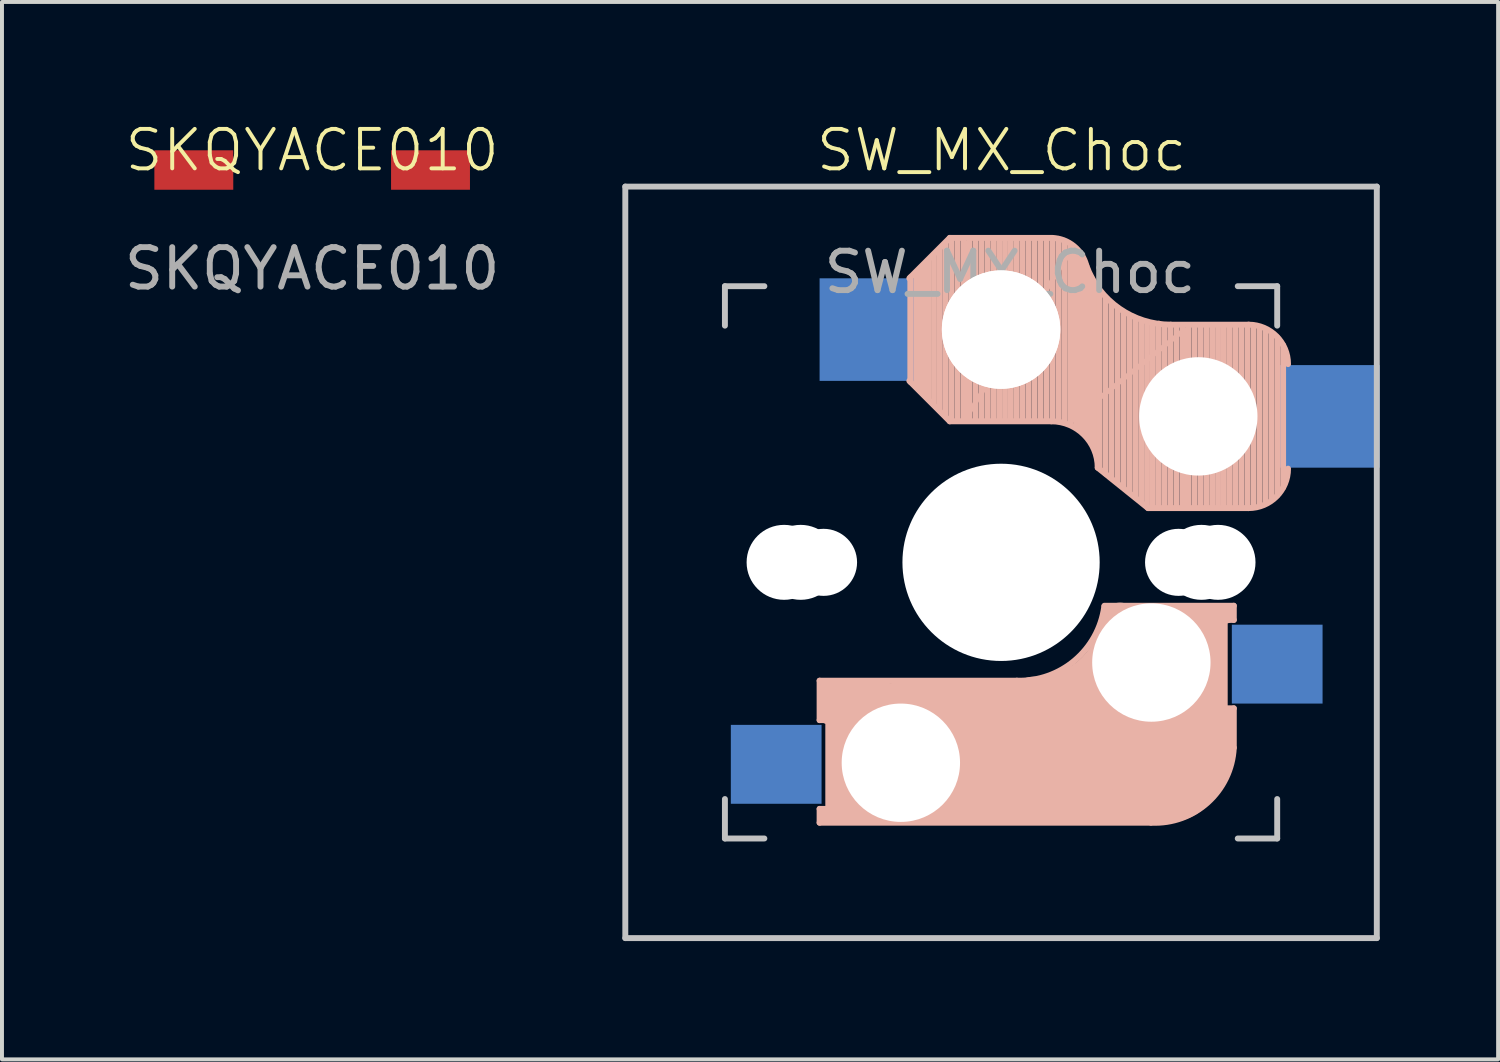
<source format=kicad_pcb>
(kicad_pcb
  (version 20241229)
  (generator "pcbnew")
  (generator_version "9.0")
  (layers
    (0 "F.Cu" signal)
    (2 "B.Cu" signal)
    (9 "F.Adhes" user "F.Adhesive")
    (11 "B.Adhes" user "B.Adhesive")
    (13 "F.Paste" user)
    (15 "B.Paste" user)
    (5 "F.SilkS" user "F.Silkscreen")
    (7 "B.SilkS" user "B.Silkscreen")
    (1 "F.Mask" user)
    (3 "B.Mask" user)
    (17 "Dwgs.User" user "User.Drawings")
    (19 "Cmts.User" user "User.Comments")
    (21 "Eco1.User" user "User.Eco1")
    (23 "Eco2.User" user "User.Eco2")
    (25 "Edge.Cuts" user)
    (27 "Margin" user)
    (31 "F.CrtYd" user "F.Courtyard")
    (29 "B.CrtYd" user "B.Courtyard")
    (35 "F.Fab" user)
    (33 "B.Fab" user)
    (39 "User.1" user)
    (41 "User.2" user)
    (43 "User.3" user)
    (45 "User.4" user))
  (footprint "SW_MX_Choc"
    (layer "F.Cu")
    (at 22.326 11.23)
    (property "Reference" "SW_MX_Choc" (at 0.015 -10.47 0) (unlocked yes) (layer "F.SilkS") (effects (font (size 1 1) (thickness 0.1))))
    (attr smd)
    (fp_line (start -4.6 2.975) (end -4.6 3.975) (stroke (width 0.15) (type solid)) (layer "B.SilkS"))
    (fp_line (start -4.6 3.975) (end -4.4 3.975) (stroke (width 0.15) (type solid)) (layer "B.SilkS"))
    (fp_line (start -4.6 6.225) (end -4.6 6.575) (stroke (width 0.15) (type solid)) (layer "B.SilkS"))
    (fp_line (start -4.6 6.575) (end 3.8 6.575) (stroke (width 0.15) (type solid)) (layer "B.SilkS"))
    (fp_line (start -4.4 3.875) (end -4.4 3.175) (stroke (width 0.4) (type solid)) (layer "B.SilkS"))
    (fp_line (start -4.4 6.225) (end -4.6 6.225) (stroke (width 0.15) (type solid)) (layer "B.SilkS"))
    (fp_line (start -4.4 6.375) (end -3 6.375) (stroke (width 0.4) (type solid)) (layer "B.SilkS"))
    (fp_line (start -4.38 3.975) (end -4.38 6.225) (stroke (width 0.15) (type solid)) (layer "B.SilkS"))
    (fp_line (start -4.3 3.275) (end -2.9 3.275) (stroke (width 0.5) (type solid)) (layer "B.SilkS"))
    (fp_line (start -3.9 5.975) (end -3.9 3.475) (stroke (width 1) (type solid)) (layer "B.SilkS"))
    (fp_line (start -2.6 4.775) (end 4.1 4.775) (stroke (width 3.5) (type solid)) (layer "B.SilkS"))
    (fp_line (start -2.3 -4.6) (end -2.3 -7.25) (stroke (width 0.15) (type solid)) (layer "B.SilkS"))
    (fp_line (start -2.15 -7.375) (end -2.15 -4.475) (stroke (width 0.15) (type solid)) (layer "B.SilkS"))
    (fp_line (start -2.05 -7.475) (end -2.05 -4.375) (stroke (width 0.15) (type solid)) (layer "B.SilkS"))
    (fp_line (start -1.95 -7.575) (end -1.95 -4.275) (stroke (width 0.15) (type solid)) (layer "B.SilkS"))
    (fp_line (start -1.85 -7.675) (end -1.85 -4.175) (stroke (width 0.15) (type solid)) (layer "B.SilkS"))
    (fp_line (start -1.7 -7.825) (end -1.7 -4.025) (stroke (width 0.15) (type solid)) (layer "B.SilkS"))
    (fp_line (start -1.55 -7.975) (end -1.55 -3.875) (stroke (width 0.15) (type solid)) (layer "B.SilkS"))
    (fp_line (start -1.4 -8.125) (end -1.4 -3.725) (stroke (width 0.15) (type solid)) (layer "B.SilkS"))
    (fp_line (start -1.3 -8.25) (end -2.325 -7.225) (stroke (width 0.15) (type solid)) (layer "B.SilkS"))
    (fp_line (start -1.3 -8.25) (end 1.3 -8.25) (stroke (width 0.15) (type solid)) (layer "B.SilkS"))
    (fp_line (start -1.3 -3.6) (end -2.325 -4.625) (stroke (width 0.15) (type solid)) (layer "B.SilkS"))
    (fp_line (start -1.3 -3.6) (end 1.275 -3.6) (stroke (width 0.15) (type solid)) (layer "B.SilkS"))
    (fp_line (start -1.25 -8.225) (end -1.25 -3.625) (stroke (width 0.15) (type solid)) (layer "B.SilkS"))
    (fp_line (start -1.1 -8.225) (end -1.1 -3.625) (stroke (width 0.15) (type solid)) (layer "B.SilkS"))
    (fp_line (start -0.95 -8.225) (end -0.95 -3.625) (stroke (width 0.15) (type solid)) (layer "B.SilkS"))
    (fp_line (start -0.9 -8.125) (end -0.9 -3.675) (stroke (width 0.12) (type solid)) (layer "B.SilkS"))
    (fp_line (start -0.9 -3.675) (end 1.8 -7.975) (stroke (width 0.12) (type solid)) (layer "B.SilkS"))
    (fp_line (start -0.8 -8.225) (end -0.8 -3.625) (stroke (width 0.15) (type solid)) (layer "B.SilkS"))
    (fp_line (start -0.65 -8.225) (end -0.65 -3.625) (stroke (width 0.15) (type solid)) (layer "B.SilkS"))
    (fp_line (start -0.5 -8.225) (end -0.5 -3.625) (stroke (width 0.15) (type solid)) (layer "B.SilkS"))
    (fp_line (start -0.35 -8.225) (end -0.35 -3.625) (stroke (width 0.15) (type solid)) (layer "B.SilkS"))
    (fp_line (start -0.2 -8.225) (end -0.2 -3.625) (stroke (width 0.15) (type solid)) (layer "B.SilkS"))
    (fp_line (start -0.05 -8.225) (end -0.05 -3.625) (stroke (width 0.15) (type solid)) (layer "B.SilkS"))
    (fp_line (start 0.1 -8.225) (end 0.1 -3.625) (stroke (width 0.15) (type solid)) (layer "B.SilkS"))
    (fp_line (start 0.25 -8.225) (end 0.25 -3.625) (stroke (width 0.15) (type solid)) (layer "B.SilkS"))
    (fp_line (start 0.4 -8.225) (end 0.4 -3.625) (stroke (width 0.15) (type solid)) (layer "B.SilkS"))
    (fp_line (start 0.4 2.975) (end -4.6 2.975) (stroke (width 0.15) (type solid)) (layer "B.SilkS"))
    (fp_line (start 0.55 -8.225) (end 0.55 -3.625) (stroke (width 0.15) (type solid)) (layer "B.SilkS"))
    (fp_line (start 0.7 -8.225) (end 0.7 -3.625) (stroke (width 0.15) (type solid)) (layer "B.SilkS"))
    (fp_line (start 0.85 -8.225) (end 0.85 -3.625) (stroke (width 0.15) (type solid)) (layer "B.SilkS"))
    (fp_line (start 1 -8.225) (end 1 -3.625) (stroke (width 0.15) (type solid)) (layer "B.SilkS"))
    (fp_line (start 1.15 -8.225) (end 1.15 -3.675) (stroke (width 0.15) (type solid)) (layer "B.SilkS"))
    (fp_line (start 1.3 -8.225) (end 1.3 -3.625) (stroke (width 0.15) (type solid)) (layer "B.SilkS"))
    (fp_line (start 1.45 -8.225) (end 1.45 -3.625) (stroke (width 0.15) (type solid)) (layer "B.SilkS"))
    (fp_line (start 1.6 -8.175) (end 1.6 -3.625) (stroke (width 0.15) (type solid)) (layer "B.SilkS"))
    (fp_line (start 1.75 -8.075) (end 1.75 -3.525) (stroke (width 0.15) (type solid)) (layer "B.SilkS"))
    (fp_line (start 1.8 -7.975) (end 1.8 -3.625) (stroke (width 0.12) (type solid)) (layer "B.SilkS"))
    (fp_line (start 1.8 -3.625) (end 4.65 -5.925) (stroke (width 0.12) (type solid)) (layer "B.SilkS"))
    (fp_line (start 1.9 -7.975) (end 1.9 -3.475) (stroke (width 0.15) (type solid)) (layer "B.SilkS"))
    (fp_line (start 2 -7.825) (end 2 -3.425) (stroke (width 0.15) (type solid)) (layer "B.SilkS"))
    (fp_line (start 2.1 -7.575) (end 2.1 -3.375) (stroke (width 0.15) (type solid)) (layer "B.SilkS"))
    (fp_line (start 2.2 -7.425) (end 2.2 -3.275) (stroke (width 0.15) (type solid)) (layer "B.SilkS"))
    (fp_line (start 2.3 -7.225) (end 2.3 -3.075) (stroke (width 0.15) (type solid)) (layer "B.SilkS"))
    (fp_line (start 2.4 -7.075) (end 2.4 -2.925) (stroke (width 0.15) (type solid)) (layer "B.SilkS"))
    (fp_line (start 2.5 -6.875) (end 2.5 -2.425) (stroke (width 0.15) (type solid)) (layer "B.SilkS"))
    (fp_line (start 2.65 -6.725) (end 2.65 -2.275) (stroke (width 0.15) (type solid)) (layer "B.SilkS"))
    (fp_line (start 2.8 -6.575) (end 2.8 -2.175) (stroke (width 0.15) (type solid)) (layer "B.SilkS"))
    (fp_line (start 2.95 -6.475) (end 2.95 -2.075) (stroke (width 0.15) (type solid)) (layer "B.SilkS"))
    (fp_line (start 3.1 -6.375) (end 3.1 -1.925) (stroke (width 0.15) (type solid)) (layer "B.SilkS"))
    (fp_line (start 3.25 -6.275) (end 3.25 -1.825) (stroke (width 0.15) (type solid)) (layer "B.SilkS"))
    (fp_line (start 3.4 -6.225) (end 3.4 -1.675) (stroke (width 0.15) (type solid)) (layer "B.SilkS"))
    (fp_line (start 3.55 -6.125) (end 3.55 -1.575) (stroke (width 0.15) (type solid)) (layer "B.SilkS"))
    (fp_line (start 3.7 -6.075) (end 3.7 -1.475) (stroke (width 0.15) (type solid)) (layer "B.SilkS"))
    (fp_line (start 3.725 -1.4) (end 2.45 -2.425) (stroke (width 0.15) (type solid)) (layer "B.SilkS"))
    (fp_line (start 3.725 -1.4) (end 6.275 -1.4) (stroke (width 0.15) (type solid)) (layer "B.SilkS"))
    (fp_line (start 3.85 -6.075) (end 3.85 -1.425) (stroke (width 0.15) (type solid)) (layer "B.SilkS"))
    (fp_line (start 4 -6.075) (end 4 -1.425) (stroke (width 0.15) (type solid)) (layer "B.SilkS"))
    (fp_line (start 4.15 -6.025) (end 4.15 -1.475) (stroke (width 0.15) (type solid)) (layer "B.SilkS"))
    (fp_line (start 4.17 5.075) (end 4.17 2.835) (stroke (width 3) (type solid)) (layer "B.SilkS"))
    (fp_line (start 4.3 -6.05) (end 6.275 -6.05) (stroke (width 0.15) (type solid)) (layer "B.SilkS"))
    (fp_line (start 4.3 -6.025) (end 4.3 -1.425) (stroke (width 0.15) (type solid)) (layer "B.SilkS"))
    (fp_line (start 4.45 -6.025) (end 4.45 -1.425) (stroke (width 0.15) (type solid)) (layer "B.SilkS"))
    (fp_line (start 4.6 -6.025) (end 4.6 -1.425) (stroke (width 0.15) (type solid)) (layer "B.SilkS"))
    (fp_line (start 4.65 -5.925) (end 4.65 -1.425) (stroke (width 0.12) (type solid)) (layer "B.SilkS"))
    (fp_line (start 4.75 -6.025) (end 4.75 -1.425) (stroke (width 0.15) (type solid)) (layer "B.SilkS"))
    (fp_line (start 4.9 -6.025) (end 4.9 -1.425) (stroke (width 0.15) (type solid)) (layer "B.SilkS"))
    (fp_line (start 5.05 -6.025) (end 5.05 -1.425) (stroke (width 0.15) (type solid)) (layer "B.SilkS"))
    (fp_line (start 5.2 -6.025) (end 5.2 -1.425) (stroke (width 0.15) (type solid)) (layer "B.SilkS"))
    (fp_line (start 5.3 1.575) (end 5.3 3.375) (stroke (width 0.8) (type solid)) (layer "B.SilkS"))
    (fp_line (start 5.35 -6.025) (end 5.35 -1.425) (stroke (width 0.15) (type solid)) (layer "B.SilkS"))
    (fp_line (start 5.5 -6.025) (end 5.5 -1.425) (stroke (width 0.15) (type solid)) (layer "B.SilkS"))
    (fp_line (start 5.65 -6.025) (end 5.65 -1.425) (stroke (width 0.15) (type solid)) (layer "B.SilkS"))
    (fp_line (start 5.67 3.675) (end 5.67 1.435) (stroke (width 0.15) (type solid)) (layer "B.SilkS"))
    (fp_line (start 5.7 1.435) (end 5.9 1.435) (stroke (width 0.15) (type solid)) (layer "B.SilkS"))
    (fp_line (start 5.7 1.275) (end 3 1.275) (stroke (width 0.5) (type solid)) (layer "B.SilkS"))
    (fp_line (start 5.8 -6.025) (end 5.8 -1.425) (stroke (width 0.15) (type solid)) (layer "B.SilkS"))
    (fp_line (start 5.8 3.775) (end 5.8 4.675) (stroke (width 0.3) (type solid)) (layer "B.SilkS"))
    (fp_line (start 5.9 1.075) (end 2.62 1.075) (stroke (width 0.15) (type solid)) (layer "B.SilkS"))
    (fp_line (start 5.9 1.075) (end 5.9 1.435) (stroke (width 0.15) (type solid)) (layer "B.SilkS"))
    (fp_line (start 5.9 3.675) (end 5.7 3.675) (stroke (width 0.15) (type solid)) (layer "B.SilkS"))
    (fp_line (start 5.9 4.675) (end 5.9 3.675) (stroke (width 0.15) (type solid)) (layer "B.SilkS"))
    (fp_line (start 5.95 -6.025) (end 5.95 -1.425) (stroke (width 0.15) (type solid)) (layer "B.SilkS"))
    (fp_line (start 6.1 -6.025) (end 6.1 -1.425) (stroke (width 0.15) (type solid)) (layer "B.SilkS"))
    (fp_line (start 6.25 -6.025) (end 6.25 -1.425) (stroke (width 0.15) (type solid)) (layer "B.SilkS"))
    (fp_line (start 6.4 -6.025) (end 6.4 -1.475) (stroke (width 0.15) (type solid)) (layer "B.SilkS"))
    (fp_line (start 6.55 -5.975) (end 6.55 -1.475) (stroke (width 0.15) (type solid)) (layer "B.SilkS"))
    (fp_line (start 6.7 -5.925) (end 6.7 -1.525) (stroke (width 0.15) (type solid)) (layer "B.SilkS"))
    (fp_line (start 6.85 -5.825) (end 6.85 -1.625) (stroke (width 0.15) (type solid)) (layer "B.SilkS"))
    (fp_line (start 7 -5.725) (end 7 -1.725) (stroke (width 0.15) (type solid)) (layer "B.SilkS"))
    (fp_line (start 7.15 -5.525) (end 7.15 -1.925) (stroke (width 0.15) (type solid)) (layer "B.SilkS"))
    (fp_arc (start 1.275 -3.6) (mid 2.10585 -3.25585) (end 2.45 -2.425) (stroke (width 0.15) (type solid)) (layer "B.SilkS"))
    (fp_arc (start 1.300995 -8.248791) (mid 1.848286 -8.041021) (end 2.162199 -7.546904) (stroke (width 0.15) (type solid)) (layer "B.SilkS"))
    (fp_arc (start 2.616318 1.096472) (mid 1.868709 2.461118) (end 0.4 2.975) (stroke (width 0.15) (type solid)) (layer "B.SilkS"))
    (fp_arc (start 3.016318 1.496471) (mid 2.268709 2.861118) (end 0.8 3.375) (stroke (width 1) (type solid)) (layer "B.SilkS"))
    (fp_arc (start 4.3 -6.05) (mid 2.995114 -6.461429) (end 2.162199 -7.546904) (stroke (width 0.15) (type solid)) (layer "B.SilkS"))
    (fp_arc (start 5.9 4.674999) (mid 5.243504 6.059924) (end 3.800001 6.575) (stroke (width 0.15) (type solid)) (layer "B.SilkS"))
    (fp_arc (start 6.275 -6.05) (mid 6.982107 -5.757107) (end 7.275 -5.05) (stroke (width 0.15) (type solid)) (layer "B.SilkS"))
    (fp_arc (start 7.275 -2.4) (mid 6.982107 -1.692893) (end 6.275 -1.4) (stroke (width 0.15) (type solid)) (layer "B.SilkS"))
    (fp_line (start -9.525 -9.55) (end 9.525 -9.55) (stroke (width 0.15) (type solid)) (layer "Dwgs.User"))
    (fp_line (start -9.525 9.5) (end -9.525 -9.55) (stroke (width 0.15) (type solid)) (layer "Dwgs.User"))
    (fp_line (start -7 -7.025) (end -7 -6.025) (stroke (width 0.15) (type solid)) (layer "Dwgs.User"))
    (fp_line (start -7 5.975) (end -7 6.975) (stroke (width 0.15) (type solid)) (layer "Dwgs.User"))
    (fp_line (start -7 6.975) (end -6 6.975) (stroke (width 0.15) (type solid)) (layer "Dwgs.User"))
    (fp_line (start -6 -7.025) (end -7 -7.025) (stroke (width 0.15) (type solid)) (layer "Dwgs.User"))
    (fp_line (start 6 -7.025) (end 7 -7.025) (stroke (width 0.15) (type solid)) (layer "Dwgs.User"))
    (fp_line (start 7 -7.025) (end 7 -6.025) (stroke (width 0.15) (type solid)) (layer "Dwgs.User"))
    (fp_line (start 7 5.975) (end 7 6.975) (stroke (width 0.15) (type solid)) (layer "Dwgs.User"))
    (fp_line (start 7 6.975) (end 6 6.975) (stroke (width 0.15) (type solid)) (layer "Dwgs.User"))
    (fp_line (start 9.525 -9.55) (end 9.525 9.5) (stroke (width 0.15) (type solid)) (layer "Dwgs.User"))
    (fp_line (start 9.525 9.5) (end -9.525 9.5) (stroke (width 0.15) (type solid)) (layer "Dwgs.User"))
    (fp_text user "${REFERENCE}" (at 0.225 -7.38 0) (unlocked yes) (layer "F.Fab") (effects (font (size 1 1) (thickness 0.15))))
    (pad "" np_thru_hole circle (at -5.5 -0.025 270) (size 1.9 1.9) (drill 1.9) (layers "*.Cu"))
    (pad "" np_thru_hole circle (at -5.08 -0.025 180) (size 1.9 1.9) (drill 1.9) (layers "*.Cu" "*.Mask"))
    (pad "" np_thru_hole circle (at -4.5 -0.025 180) (size 1.7 1.7) (drill 1.7) (layers "*.Cu" "*.Mask"))
    (pad "" np_thru_hole circle (at -2.54 5.055) (size 3 3) (drill 3) (layers "*.Cu" "*.Mask"))
    (pad "" np_thru_hole circle (at 0 -5.925 270) (size 3 3) (drill 3) (layers "*.Cu" "*.Mask"))
    (pad "" np_thru_hole circle (at 0 -5.925 270) (size 3 3) (drill 3) (layers "*.Cu" "*.Mask"))
    (pad "" np_thru_hole circle (at 0 -0.025 270) (size 4.1 4.1) (drill 4.1) (layers "*.Cu" "*.Mask"))
    (pad "" np_thru_hole circle (at 0 -0.025 270) (size 5 5) (drill 5) (layers "*.Cu"))
    (pad "" np_thru_hole circle (at 3.81 2.515) (size 3 3) (drill 3) (layers "*.Cu" "*.Mask"))
    (pad "" np_thru_hole circle (at 4.5 -0.025 180) (size 1.7 1.7) (drill 1.7) (layers "*.Cu" "*.Mask"))
    (pad "" np_thru_hole circle (at 5 -3.725 270) (size 3 3) (drill 3) (layers "*.Cu" "*.Mask"))
    (pad "" np_thru_hole circle (at 5.08 -0.025 180) (size 1.9 1.9) (drill 1.9) (layers "*.Cu" "*.Mask"))
    (pad "" np_thru_hole circle (at 5.5 -0.025 270) (size 1.9 1.9) (drill 1.9) (layers "*.Cu"))
    (pad "1" smd rect (at 7 2.555) (size 2.3 2) (layers "B.Cu" "B.Mask" "B.Paste"))
    (pad "1" smd rect (at 8.3 -3.725) (size 2.6 2.6) (layers "B.Cu" "B.Mask" "B.Paste"))
    (pad "2" smd rect (at -5.7 5.095) (size 2.3 2) (layers "B.Cu" "B.Mask" "B.Paste"))
    (pad "2" smd rect (at -3.3 -5.925) (size 2.6 2.6) (layers "B.Cu" "B.Mask" "B.Paste")))
  (footprint "SKQYACE010"
    (layer "F.Cu")
    (at 4.863 1.26)
    (property "Reference" "SKQYACE010" (at 0 -0.5 0) (unlocked yes) (layer "F.SilkS") (effects (font (size 1 1) (thickness 0.1))))
    (attr smd)
    (fp_text user "${REFERENCE}" (at 0 2.5 0) (unlocked yes) (layer "F.Fab") (effects (font (size 1 1) (thickness 0.15))))
    (pad "1" smd rect (at 3 0) (size 2 1) (layers "F.Cu" "F.Mask" "F.Paste"))
    (pad "2" smd rect (at -3 0) (size 2 1) (layers "F.Cu" "F.Mask" "F.Paste")))
  (gr_rect
    (start -3 -3)
    (end 34.926 23.805)
    (stroke (width 0.1) (type default))
    (fill no)
    (layer "Edge.Cuts")))
</source>
